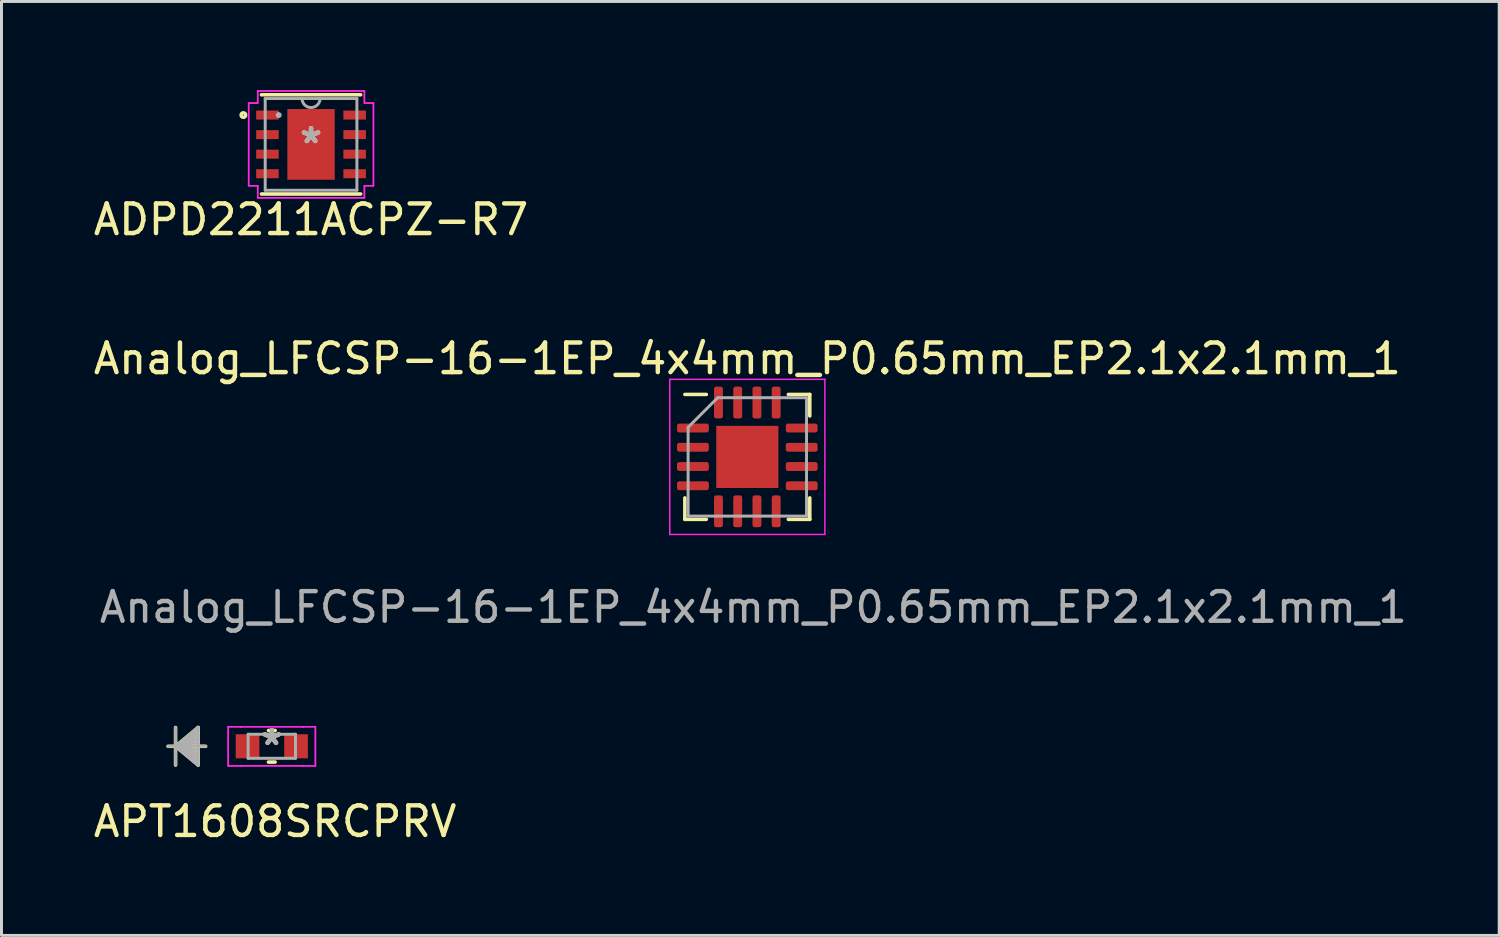
<source format=kicad_pcb>
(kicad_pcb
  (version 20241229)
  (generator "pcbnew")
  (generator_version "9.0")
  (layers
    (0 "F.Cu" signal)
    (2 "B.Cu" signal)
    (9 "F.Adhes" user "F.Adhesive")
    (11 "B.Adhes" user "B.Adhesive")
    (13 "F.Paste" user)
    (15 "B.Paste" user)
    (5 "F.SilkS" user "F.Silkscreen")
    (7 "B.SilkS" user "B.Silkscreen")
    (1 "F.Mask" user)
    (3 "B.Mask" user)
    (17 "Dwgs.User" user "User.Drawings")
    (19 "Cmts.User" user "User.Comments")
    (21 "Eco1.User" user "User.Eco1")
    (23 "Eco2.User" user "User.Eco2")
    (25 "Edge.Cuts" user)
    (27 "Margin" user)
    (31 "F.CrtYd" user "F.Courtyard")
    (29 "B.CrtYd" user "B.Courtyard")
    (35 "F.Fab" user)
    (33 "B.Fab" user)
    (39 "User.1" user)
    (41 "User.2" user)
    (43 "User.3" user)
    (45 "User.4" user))
  (footprint "Analog_LFCSP-16-1EP_4x4mm_P0.65mm_EP2.1x2.1mm_1"
    (layer "F.Cu")
    (at 22.196 12.385)
    (property "Reference" "Analog_LFCSP-16-1EP_4x4mm_P0.65mm_EP2.1x2.1mm_1" (at 0 -3.32 0) (layer "F.SilkS") (effects (font (size 1 1) (thickness 0.15))))
    (attr smd)
    (fp_line (start -2.11 2.11) (end -2.11 1.385) (stroke (width 0.12) (type solid)) (layer "F.SilkS"))
    (fp_line (start -1.385 -2.11) (end -2.11 -2.11) (stroke (width 0.12) (type solid)) (layer "F.SilkS"))
    (fp_line (start -1.385 2.11) (end -2.11 2.11) (stroke (width 0.12) (type solid)) (layer "F.SilkS"))
    (fp_line (start 1.385 -2.11) (end 2.11 -2.11) (stroke (width 0.12) (type solid)) (layer "F.SilkS"))
    (fp_line (start 1.385 2.11) (end 2.11 2.11) (stroke (width 0.12) (type solid)) (layer "F.SilkS"))
    (fp_line (start 2.11 -2.11) (end 2.11 -1.385) (stroke (width 0.12) (type solid)) (layer "F.SilkS"))
    (fp_line (start 2.11 2.11) (end 2.11 1.385) (stroke (width 0.12) (type solid)) (layer "F.SilkS"))
    (fp_line (start -2.62 -2.62) (end -2.62 2.62) (stroke (width 0.05) (type solid)) (layer "F.CrtYd"))
    (fp_line (start -2.62 2.62) (end 2.62 2.62) (stroke (width 0.05) (type solid)) (layer "F.CrtYd"))
    (fp_line (start 2.62 -2.62) (end -2.62 -2.62) (stroke (width 0.05) (type solid)) (layer "F.CrtYd"))
    (fp_line (start 2.62 2.62) (end 2.62 -2.62) (stroke (width 0.05) (type solid)) (layer "F.CrtYd"))
    (fp_line (start -2 -1) (end -1 -2) (stroke (width 0.1) (type solid)) (layer "F.Fab"))
    (fp_line (start -2 2) (end -2 -1) (stroke (width 0.1) (type solid)) (layer "F.Fab"))
    (fp_line (start -1 -2) (end 2 -2) (stroke (width 0.1) (type solid)) (layer "F.Fab"))
    (fp_line (start 2 -2) (end 2 2) (stroke (width 0.1) (type solid)) (layer "F.Fab"))
    (fp_line (start 2 2) (end -2 2) (stroke (width 0.1) (type solid)) (layer "F.Fab"))
    (fp_text user "${REFERENCE}" (at 0.203 5.08 0) (layer "F.Fab") (effects (font (size 1 1) (thickness 0.15))))
    (pad "" smd roundrect (at -0.525 -0.525) (size 0.85 0.85) (layers "F.Paste") (roundrect_rratio 0.25))
    (pad "" smd roundrect (at -0.525 0.525) (size 0.85 0.85) (layers "F.Paste") (roundrect_rratio 0.25))
    (pad "" smd roundrect (at 0.525 -0.525) (size 0.85 0.85) (layers "F.Paste") (roundrect_rratio 0.25))
    (pad "" smd roundrect (at 0.525 0.525) (size 0.85 0.85) (layers "F.Paste") (roundrect_rratio 0.25))
    (pad "1" smd roundrect (at -1.837 -0.975) (size 1.075 0.3) (layers "F.Cu" "F.Mask" "F.Paste") (roundrect_rratio 0.25))
    (pad "2" smd roundrect (at -1.837 -0.325) (size 1.075 0.3) (layers "F.Cu" "F.Mask" "F.Paste") (roundrect_rratio 0.25))
    (pad "3" smd roundrect (at -1.837 0.325) (size 1.075 0.3) (layers "F.Cu" "F.Mask" "F.Paste") (roundrect_rratio 0.25))
    (pad "4" smd roundrect (at -1.837 0.975) (size 1.075 0.3) (layers "F.Cu" "F.Mask" "F.Paste") (roundrect_rratio 0.25))
    (pad "5" smd roundrect (at -0.975 1.837) (size 0.3 1.075) (layers "F.Cu" "F.Mask" "F.Paste") (roundrect_rratio 0.25))
    (pad "6" smd roundrect (at -0.325 1.837) (size 0.3 1.075) (layers "F.Cu" "F.Mask" "F.Paste") (roundrect_rratio 0.25))
    (pad "7" smd roundrect (at 0.325 1.837) (size 0.3 1.075) (layers "F.Cu" "F.Mask" "F.Paste") (roundrect_rratio 0.25))
    (pad "8" smd roundrect (at 0.975 1.837) (size 0.3 1.075) (layers "F.Cu" "F.Mask" "F.Paste") (roundrect_rratio 0.25))
    (pad "9" smd roundrect (at 1.837 0.975) (size 1.075 0.3) (layers "F.Cu" "F.Mask" "F.Paste") (roundrect_rratio 0.25))
    (pad "10" smd roundrect (at 1.837 0.325) (size 1.075 0.3) (layers "F.Cu" "F.Mask" "F.Paste") (roundrect_rratio 0.25))
    (pad "11" smd roundrect (at 1.837 -0.325) (size 1.075 0.3) (layers "F.Cu" "F.Mask" "F.Paste") (roundrect_rratio 0.25))
    (pad "12" smd roundrect (at 1.837 -0.975) (size 1.075 0.3) (layers "F.Cu" "F.Mask" "F.Paste") (roundrect_rratio 0.25))
    (pad "13" smd roundrect (at 0.975 -1.837) (size 0.3 1.075) (layers "F.Cu" "F.Mask" "F.Paste") (roundrect_rratio 0.25))
    (pad "14" smd roundrect (at 0.325 -1.837) (size 0.3 1.075) (layers "F.Cu" "F.Mask" "F.Paste") (roundrect_rratio 0.25))
    (pad "15" smd roundrect (at -0.325 -1.837) (size 0.3 1.075) (layers "F.Cu" "F.Mask" "F.Paste") (roundrect_rratio 0.25))
    (pad "16" smd roundrect (at -0.975 -1.837) (size 0.3 1.075) (layers "F.Cu" "F.Mask" "F.Paste") (roundrect_rratio 0.25))
    (pad "17" smd rect (at 0 0) (size 2.1 2.1) (layers "F.Cu" "F.Mask")))
  (footprint "APT1608SRCPRV"
    (layer "F.Cu")
    (at 6.132 22.161)
    (property "Reference" "APT1608SRCPRV" (at 0.112 2.54 0) (layer "F.SilkS") (effects (font (size 1 1) (thickness 0.15))))
    (attr through_hole)
    (fp_line (start -3.251 -0.635) (end -3.251 0.635) (stroke (width 0.12) (type solid)) (layer "F.SilkS"))
    (fp_line (start -3.251 0) (end -2.489 -0.635) (stroke (width 0.12) (type solid)) (layer "F.SilkS"))
    (fp_line (start -3.251 0) (end -2.489 -0.508) (stroke (width 0.12) (type solid)) (layer "F.SilkS"))
    (fp_line (start -3.251 0) (end -2.489 -0.381) (stroke (width 0.12) (type solid)) (layer "F.SilkS"))
    (fp_line (start -3.251 0) (end -2.489 -0.254) (stroke (width 0.12) (type solid)) (layer "F.SilkS"))
    (fp_line (start -3.251 0) (end -2.489 -0.127) (stroke (width 0.12) (type solid)) (layer "F.SilkS"))
    (fp_line (start -3.251 0) (end -2.489 0.127) (stroke (width 0.12) (type solid)) (layer "F.SilkS"))
    (fp_line (start -3.251 0) (end -2.489 0.254) (stroke (width 0.12) (type solid)) (layer "F.SilkS"))
    (fp_line (start -3.251 0) (end -2.489 0.381) (stroke (width 0.12) (type solid)) (layer "F.SilkS"))
    (fp_line (start -3.251 0) (end -2.489 0.508) (stroke (width 0.12) (type solid)) (layer "F.SilkS"))
    (fp_line (start -3.251 0) (end -2.489 0.635) (stroke (width 0.12) (type solid)) (layer "F.SilkS"))
    (fp_line (start -2.489 -0.635) (end -2.489 0.635) (stroke (width 0.12) (type solid)) (layer "F.SilkS"))
    (fp_line (start -2.235 0) (end -3.505 0) (stroke (width 0.12) (type solid)) (layer "F.SilkS"))
    (fp_line (start -0.112 0.533) (end 0.112 0.533) (stroke (width 0.12) (type solid)) (layer "F.SilkS"))
    (fp_line (start 0.112 -0.533) (end -0.112 -0.533) (stroke (width 0.12) (type solid)) (layer "F.SilkS"))
    (fp_line (start -1.473 -0.66) (end -1.054 -0.66) (stroke (width 0.05) (type solid)) (layer "F.CrtYd"))
    (fp_line (start -1.473 -0.66) (end -1.054 -0.66) (stroke (width 0.05) (type solid)) (layer "F.CrtYd"))
    (fp_line (start -1.473 0.66) (end -1.473 -0.66) (stroke (width 0.05) (type solid)) (layer "F.CrtYd"))
    (fp_line (start -1.473 0.66) (end -1.473 -0.66) (stroke (width 0.05) (type solid)) (layer "F.CrtYd"))
    (fp_line (start -1.054 -0.66) (end -1.054 -0.66) (stroke (width 0.05) (type solid)) (layer "F.CrtYd"))
    (fp_line (start -1.054 -0.66) (end -1.054 -0.66) (stroke (width 0.05) (type solid)) (layer "F.CrtYd"))
    (fp_line (start -1.054 -0.66) (end 1.054 -0.66) (stroke (width 0.05) (type solid)) (layer "F.CrtYd"))
    (fp_line (start -1.054 -0.66) (end 1.054 -0.66) (stroke (width 0.05) (type solid)) (layer "F.CrtYd"))
    (fp_line (start -1.054 0.66) (end -1.473 0.66) (stroke (width 0.05) (type solid)) (layer "F.CrtYd"))
    (fp_line (start -1.054 0.66) (end -1.473 0.66) (stroke (width 0.05) (type solid)) (layer "F.CrtYd"))
    (fp_line (start -1.054 0.66) (end -1.054 0.66) (stroke (width 0.05) (type solid)) (layer "F.CrtYd"))
    (fp_line (start -1.054 0.66) (end -1.054 0.66) (stroke (width 0.05) (type solid)) (layer "F.CrtYd"))
    (fp_line (start 1.054 -0.66) (end 1.054 -0.66) (stroke (width 0.05) (type solid)) (layer "F.CrtYd"))
    (fp_line (start 1.054 -0.66) (end 1.054 -0.66) (stroke (width 0.05) (type solid)) (layer "F.CrtYd"))
    (fp_line (start 1.054 -0.66) (end 1.473 -0.66) (stroke (width 0.05) (type solid)) (layer "F.CrtYd"))
    (fp_line (start 1.054 -0.66) (end 1.473 -0.66) (stroke (width 0.05) (type solid)) (layer "F.CrtYd"))
    (fp_line (start 1.054 0.66) (end -1.054 0.66) (stroke (width 0.05) (type solid)) (layer "F.CrtYd"))
    (fp_line (start 1.054 0.66) (end -1.054 0.66) (stroke (width 0.05) (type solid)) (layer "F.CrtYd"))
    (fp_line (start 1.054 0.66) (end 1.054 0.66) (stroke (width 0.05) (type solid)) (layer "F.CrtYd"))
    (fp_line (start 1.054 0.66) (end 1.054 0.66) (stroke (width 0.05) (type solid)) (layer "F.CrtYd"))
    (fp_line (start 1.473 -0.66) (end 1.473 0.66) (stroke (width 0.05) (type solid)) (layer "F.CrtYd"))
    (fp_line (start 1.473 -0.66) (end 1.473 0.66) (stroke (width 0.05) (type solid)) (layer "F.CrtYd"))
    (fp_line (start 1.473 0.66) (end 1.054 0.66) (stroke (width 0.05) (type solid)) (layer "F.CrtYd"))
    (fp_line (start 1.473 0.66) (end 1.054 0.66) (stroke (width 0.05) (type solid)) (layer "F.CrtYd"))
    (fp_line (start -3.251 -0.635) (end -3.251 0.635) (stroke (width 0.1) (type solid)) (layer "F.Fab"))
    (fp_line (start -3.251 0) (end -2.489 -0.635) (stroke (width 0.1) (type solid)) (layer "F.Fab"))
    (fp_line (start -3.251 0) (end -2.489 -0.508) (stroke (width 0.1) (type solid)) (layer "F.Fab"))
    (fp_line (start -3.251 0) (end -2.489 -0.381) (stroke (width 0.1) (type solid)) (layer "F.Fab"))
    (fp_line (start -3.251 0) (end -2.489 -0.254) (stroke (width 0.1) (type solid)) (layer "F.Fab"))
    (fp_line (start -3.251 0) (end -2.489 -0.127) (stroke (width 0.1) (type solid)) (layer "F.Fab"))
    (fp_line (start -3.251 0) (end -2.489 0.127) (stroke (width 0.1) (type solid)) (layer "F.Fab"))
    (fp_line (start -3.251 0) (end -2.489 0.254) (stroke (width 0.1) (type solid)) (layer "F.Fab"))
    (fp_line (start -3.251 0) (end -2.489 0.381) (stroke (width 0.1) (type solid)) (layer "F.Fab"))
    (fp_line (start -3.251 0) (end -2.489 0.508) (stroke (width 0.1) (type solid)) (layer "F.Fab"))
    (fp_line (start -3.251 0) (end -2.489 0.635) (stroke (width 0.1) (type solid)) (layer "F.Fab"))
    (fp_line (start -2.489 -0.635) (end -2.489 0.635) (stroke (width 0.1) (type solid)) (layer "F.Fab"))
    (fp_line (start -2.235 0) (end -3.505 0) (stroke (width 0.1) (type solid)) (layer "F.Fab"))
    (fp_line (start -0.8 -0.406) (end -0.8 0.406) (stroke (width 0.1) (type solid)) (layer "F.Fab"))
    (fp_line (start -0.8 0.406) (end 0.8 0.406) (stroke (width 0.1) (type solid)) (layer "F.Fab"))
    (fp_line (start 0.8 -0.406) (end -0.8 -0.406) (stroke (width 0.1) (type solid)) (layer "F.Fab"))
    (fp_line (start 0.8 0.406) (end 0.8 -0.406) (stroke (width 0.1) (type solid)) (layer "F.Fab"))
    (fp_text user "*" (at 0 0 0) (layer "F.SilkS") (effects (font (size 1 1) (thickness 0.15))))
    (fp_text user "*" (at 0 0 0) (layer "F.Fab") (effects (font (size 1 1) (thickness 0.15))))
    (pad "1" smd rect (at -0.819 0) (size 0.8 0.813) (layers "F.Cu" "F.Mask" "F.Paste"))
    (pad "2" smd rect (at 0.819 0) (size 0.8 0.813) (layers "F.Cu" "F.Mask" "F.Paste")))
  (footprint "ADPD2211ACPZ-R7"
    (layer "F.Cu")
    (at 7.458 1.828)
    (property "Reference" "ADPD2211ACPZ-R7" (at 0 2.54 0) (layer "F.SilkS") (effects (font (size 1 1) (thickness 0.15))))
    (attr through_hole)
    (fp_line (start -1.676 1.676) (end 1.676 1.676) (stroke (width 0.12) (type solid)) (layer "F.SilkS"))
    (fp_line (start 1.676 -1.676) (end -1.676 -1.676) (stroke (width 0.12) (type solid)) (layer "F.SilkS"))
    (fp_circle (center -2.286 -0.991) (end -2.21 -0.991) (stroke (width 0.12) (type solid)) (fill no) (layer "F.SilkS"))
    (fp_line (start -2.108 -1.397) (end -1.803 -1.397) (stroke (width 0.05) (type solid)) (layer "F.CrtYd"))
    (fp_line (start -2.108 -1.397) (end -1.803 -1.397) (stroke (width 0.05) (type solid)) (layer "F.CrtYd"))
    (fp_line (start -2.108 1.397) (end -2.108 -1.397) (stroke (width 0.05) (type solid)) (layer "F.CrtYd"))
    (fp_line (start -2.108 1.397) (end -2.108 -1.397) (stroke (width 0.05) (type solid)) (layer "F.CrtYd"))
    (fp_line (start -2.108 1.397) (end -1.803 1.397) (stroke (width 0.05) (type solid)) (layer "F.CrtYd"))
    (fp_line (start -1.803 -1.803) (end 1.803 -1.803) (stroke (width 0.05) (type solid)) (layer "F.CrtYd"))
    (fp_line (start -1.803 -1.803) (end 1.803 -1.803) (stroke (width 0.05) (type solid)) (layer "F.CrtYd"))
    (fp_line (start -1.803 -1.397) (end -1.803 -1.803) (stroke (width 0.05) (type solid)) (layer "F.CrtYd"))
    (fp_line (start -1.803 -1.397) (end -1.803 -1.803) (stroke (width 0.05) (type solid)) (layer "F.CrtYd"))
    (fp_line (start -1.803 1.397) (end -2.108 1.397) (stroke (width 0.05) (type solid)) (layer "F.CrtYd"))
    (fp_line (start -1.803 1.803) (end -1.803 1.397) (stroke (width 0.05) (type solid)) (layer "F.CrtYd"))
    (fp_line (start -1.803 1.803) (end -1.803 1.397) (stroke (width 0.05) (type solid)) (layer "F.CrtYd"))
    (fp_line (start 1.803 -1.803) (end 1.803 -1.397) (stroke (width 0.05) (type solid)) (layer "F.CrtYd"))
    (fp_line (start 1.803 -1.803) (end 1.803 -1.397) (stroke (width 0.05) (type solid)) (layer "F.CrtYd"))
    (fp_line (start 1.803 -1.397) (end 2.108 -1.397) (stroke (width 0.05) (type solid)) (layer "F.CrtYd"))
    (fp_line (start 1.803 1.397) (end 1.803 1.803) (stroke (width 0.05) (type solid)) (layer "F.CrtYd"))
    (fp_line (start 1.803 1.397) (end 1.803 1.803) (stroke (width 0.05) (type solid)) (layer "F.CrtYd"))
    (fp_line (start 1.803 1.803) (end -1.803 1.803) (stroke (width 0.05) (type solid)) (layer "F.CrtYd"))
    (fp_line (start 1.803 1.803) (end -1.803 1.803) (stroke (width 0.05) (type solid)) (layer "F.CrtYd"))
    (fp_line (start 2.108 -1.397) (end 1.803 -1.397) (stroke (width 0.05) (type solid)) (layer "F.CrtYd"))
    (fp_line (start 2.108 -1.397) (end 2.108 1.397) (stroke (width 0.05) (type solid)) (layer "F.CrtYd"))
    (fp_line (start 2.108 -1.397) (end 2.108 1.397) (stroke (width 0.05) (type solid)) (layer "F.CrtYd"))
    (fp_line (start 2.108 1.397) (end 1.803 1.397) (stroke (width 0.05) (type solid)) (layer "F.CrtYd"))
    (fp_line (start 2.108 1.397) (end 1.803 1.397) (stroke (width 0.05) (type solid)) (layer "F.CrtYd"))
    (fp_line (start -1.549 -1.549) (end -1.549 1.549) (stroke (width 0.1) (type solid)) (layer "F.Fab"))
    (fp_line (start -1.549 1.549) (end 1.549 1.549) (stroke (width 0.1) (type solid)) (layer "F.Fab"))
    (fp_line (start 1.549 -1.549) (end -1.549 -1.549) (stroke (width 0.1) (type solid)) (layer "F.Fab"))
    (fp_line (start 1.549 1.549) (end 1.549 -1.549) (stroke (width 0.1) (type solid)) (layer "F.Fab"))
    (fp_arc (start 0.3048 -1.5494) (mid 0 -1.2446) (end -0.3048 -1.5494) (stroke (width 0.1) (type solid)) (layer "F.Fab"))
    (fp_circle (center -1.092 -0.991) (end -1.092 -0.991) (stroke (width 0.1) (type solid)) (fill no) (layer "F.Fab"))
    (fp_text user "*" (at 0 0 0) (layer "F.SilkS") (effects (font (size 1 1) (thickness 0.15))))
    (fp_text user "*" (at 0 0 0) (layer "F.Fab") (effects (font (size 1 1) (thickness 0.15))))
    (pad "1" smd rect (at -1.473 -0.991) (size 0.762 0.305) (layers "F.Cu" "F.Mask" "F.Paste"))
    (pad "2" smd rect (at -1.473 -0.33) (size 0.762 0.305) (layers "F.Cu" "F.Mask" "F.Paste"))
    (pad "3" smd rect (at -1.473 0.33) (size 0.762 0.305) (layers "F.Cu" "F.Mask" "F.Paste"))
    (pad "4" smd rect (at -1.473 0.991) (size 0.762 0.305) (layers "F.Cu" "F.Mask" "F.Paste"))
    (pad "5" smd rect (at 1.473 0.991) (size 0.762 0.305) (layers "F.Cu" "F.Mask" "F.Paste"))
    (pad "6" smd rect (at 1.473 0.33) (size 0.762 0.305) (layers "F.Cu" "F.Mask" "F.Paste"))
    (pad "7" smd rect (at 1.473 -0.33) (size 0.762 0.305) (layers "F.Cu" "F.Mask" "F.Paste"))
    (pad "8" smd rect (at 1.473 -0.991) (size 0.762 0.305) (layers "F.Cu" "F.Mask" "F.Paste"))
    (pad "9" smd rect (at 0 0) (size 1.6 2.388) (layers "F.Cu" "F.Mask" "F.Paste")))
  (gr_rect
    (start -3 -3)
    (end 47.596 28.55)
    (stroke (width 0.1) (type default))
    (fill no)
    (layer "Edge.Cuts")))
</source>
